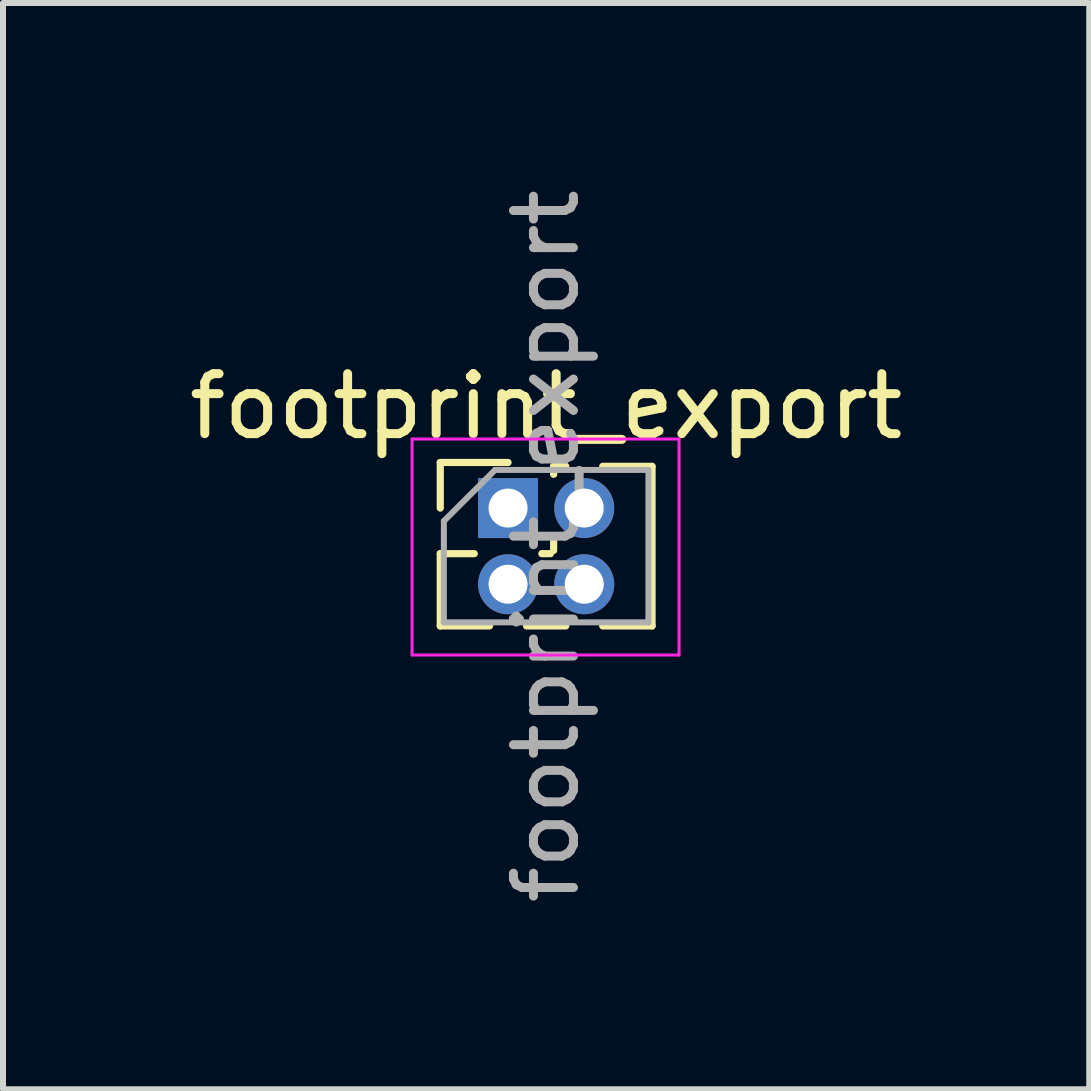
<source format=kicad_pcb>
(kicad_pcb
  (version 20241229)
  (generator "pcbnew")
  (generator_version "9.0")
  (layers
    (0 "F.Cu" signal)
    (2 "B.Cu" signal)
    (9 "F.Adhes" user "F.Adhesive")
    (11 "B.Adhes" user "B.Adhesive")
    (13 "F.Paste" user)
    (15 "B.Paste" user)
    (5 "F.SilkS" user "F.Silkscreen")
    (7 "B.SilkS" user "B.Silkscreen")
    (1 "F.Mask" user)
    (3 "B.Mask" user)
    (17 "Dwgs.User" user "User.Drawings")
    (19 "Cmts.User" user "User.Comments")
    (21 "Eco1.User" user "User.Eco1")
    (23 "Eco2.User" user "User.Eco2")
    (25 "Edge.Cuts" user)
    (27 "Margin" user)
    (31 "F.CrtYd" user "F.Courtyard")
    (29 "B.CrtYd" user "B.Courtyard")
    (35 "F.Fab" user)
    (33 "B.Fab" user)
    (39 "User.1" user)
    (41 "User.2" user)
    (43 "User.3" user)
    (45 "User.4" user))
  (footprint "footprint_export"
    (layer "F.Cu")
    (at 5.419 5.419)
    (property "Reference" "footprint_export" (at 0.635 -1.695 0) (layer "F.SilkS") (effects (font (size 1 1) (thickness 0.15))))
    (attr through_hole)
    (fp_line (start -1.13 -0.76) (end 0 -0.76) (stroke (width 0.12) (type solid)) (layer "F.SilkS"))
    (fp_line (start -1.13 0) (end -1.13 -0.76) (stroke (width 0.12) (type solid)) (layer "F.SilkS"))
    (fp_line (start -1.13 0.76) (end -1.13 1.965) (stroke (width 0.12) (type solid)) (layer "F.SilkS"))
    (fp_line (start -1.13 0.76) (end -0.563 0.76) (stroke (width 0.12) (type solid)) (layer "F.SilkS"))
    (fp_line (start -1.13 1.965) (end -0.308 1.965) (stroke (width 0.12) (type solid)) (layer "F.SilkS"))
    (fp_line (start 0.308 1.965) (end 0.962 1.965) (stroke (width 0.12) (type solid)) (layer "F.SilkS"))
    (fp_line (start 0.563 0.76) (end 0.707 0.76) (stroke (width 0.12) (type solid)) (layer "F.SilkS"))
    (fp_line (start 0.76 -0.695) (end 0.962 -0.695) (stroke (width 0.12) (type solid)) (layer "F.SilkS"))
    (fp_line (start 0.76 -0.563) (end 0.76 -0.695) (stroke (width 0.12) (type solid)) (layer "F.SilkS"))
    (fp_line (start 0.76 0.707) (end 0.76 0.563) (stroke (width 0.12) (type solid)) (layer "F.SilkS"))
    (fp_line (start 1.578 -0.695) (end 2.4 -0.695) (stroke (width 0.12) (type solid)) (layer "F.SilkS"))
    (fp_line (start 1.578 1.965) (end 2.4 1.965) (stroke (width 0.12) (type solid)) (layer "F.SilkS"))
    (fp_line (start 2.4 -0.695) (end 2.4 1.965) (stroke (width 0.12) (type solid)) (layer "F.SilkS"))
    (fp_line (start -1.6 -1.15) (end -1.6 2.45) (stroke (width 0.05) (type solid)) (layer "F.CrtYd"))
    (fp_line (start -1.6 2.45) (end 2.85 2.45) (stroke (width 0.05) (type solid)) (layer "F.CrtYd"))
    (fp_line (start 2.85 -1.15) (end -1.6 -1.15) (stroke (width 0.05) (type solid)) (layer "F.CrtYd"))
    (fp_line (start 2.85 2.45) (end 2.85 -1.15) (stroke (width 0.05) (type solid)) (layer "F.CrtYd"))
    (fp_line (start -1.07 0.217) (end -0.217 -0.635) (stroke (width 0.1) (type solid)) (layer "F.Fab"))
    (fp_line (start -1.07 1.905) (end -1.07 0.217) (stroke (width 0.1) (type solid)) (layer "F.Fab"))
    (fp_line (start -0.217 -0.635) (end 2.34 -0.635) (stroke (width 0.1) (type solid)) (layer "F.Fab"))
    (fp_line (start 2.34 -0.635) (end 2.34 1.905) (stroke (width 0.1) (type solid)) (layer "F.Fab"))
    (fp_line (start 2.34 1.905) (end -1.07 1.905) (stroke (width 0.1) (type solid)) (layer "F.Fab"))
    (fp_text user "${REFERENCE}" (at 0.635 0.635 90) (layer "F.Fab") (effects (font (size 1 1) (thickness 0.15))))
    (pad "1" thru_hole rect (at 0 0) (size 1 1) (drill 0.65) (layers "*.Cu" "*.Mask"))
    (pad "2" thru_hole oval (at 1.27 0) (size 1 1) (drill 0.65) (layers "*.Cu" "*.Mask"))
    (pad "3" thru_hole oval (at 0 1.27) (size 1 1) (drill 0.65) (layers "*.Cu" "*.Mask"))
    (pad "4" thru_hole oval (at 1.27 1.27) (size 1 1) (drill 0.65) (layers "*.Cu" "*.Mask")))
  (gr_rect
    (start -3 -3)
    (end 15.107 15.107)
    (stroke (width 0.1) (type default))
    (fill no)
    (layer "Edge.Cuts")))
</source>
